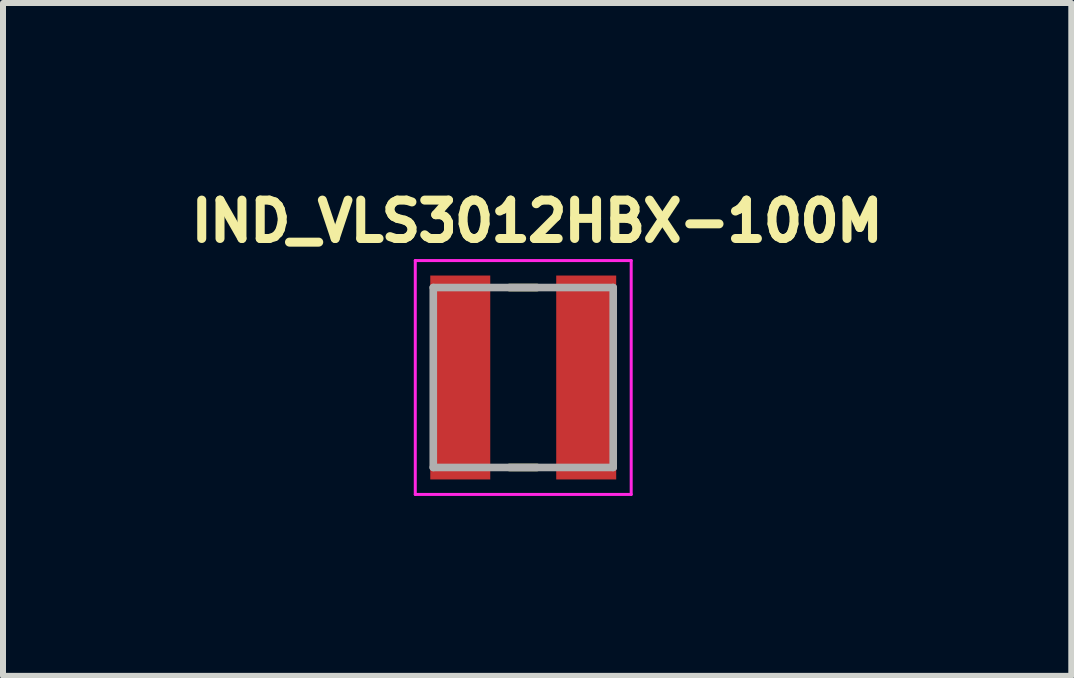
<source format=kicad_pcb>
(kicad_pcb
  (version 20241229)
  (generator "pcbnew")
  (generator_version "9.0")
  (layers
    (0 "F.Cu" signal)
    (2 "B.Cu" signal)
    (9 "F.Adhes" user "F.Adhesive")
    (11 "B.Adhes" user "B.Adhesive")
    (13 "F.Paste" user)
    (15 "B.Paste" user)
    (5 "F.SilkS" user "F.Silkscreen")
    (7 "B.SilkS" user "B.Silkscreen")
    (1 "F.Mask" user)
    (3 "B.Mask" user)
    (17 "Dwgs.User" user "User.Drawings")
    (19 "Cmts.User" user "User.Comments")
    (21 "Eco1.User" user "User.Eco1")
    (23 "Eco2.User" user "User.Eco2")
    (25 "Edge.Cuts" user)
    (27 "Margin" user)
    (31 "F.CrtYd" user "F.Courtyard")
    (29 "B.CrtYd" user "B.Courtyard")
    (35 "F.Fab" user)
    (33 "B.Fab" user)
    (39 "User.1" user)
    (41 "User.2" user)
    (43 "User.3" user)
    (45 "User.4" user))
  (footprint "IND_VLS3012HBX-100M"
    (layer "F.Cu")
    (at 5.674 3.244)
    (property "Reference" "IND_VLS3012HBX-100M" (at 0.232 -2.606 0) (layer "F.SilkS") (effects (font (size 0.64 0.64) (thickness 0.15))))
    (attr smd)
    (fp_line (start -0.23 -1.5) (end 0.23 -1.5) (stroke (width 0.127) (type solid)) (layer "F.SilkS"))
    (fp_line (start -0.23 1.5) (end 0.23 1.5) (stroke (width 0.127) (type solid)) (layer "F.SilkS"))
    (fp_line (start -1.8 -1.95) (end -1.8 1.95) (stroke (width 0.05) (type solid)) (layer "F.CrtYd"))
    (fp_line (start -1.8 1.95) (end 1.8 1.95) (stroke (width 0.05) (type solid)) (layer "F.CrtYd"))
    (fp_line (start 1.8 -1.95) (end -1.8 -1.95) (stroke (width 0.05) (type solid)) (layer "F.CrtYd"))
    (fp_line (start 1.8 1.95) (end 1.8 -1.95) (stroke (width 0.05) (type solid)) (layer "F.CrtYd"))
    (fp_line (start -1.5 -1.5) (end -1.5 1.5) (stroke (width 0.127) (type solid)) (layer "F.Fab"))
    (fp_line (start -1.5 -1.5) (end 1.5 -1.5) (stroke (width 0.127) (type solid)) (layer "F.Fab"))
    (fp_line (start -1.5 1.5) (end 1.5 1.5) (stroke (width 0.127) (type solid)) (layer "F.Fab"))
    (fp_line (start 1.5 -1.5) (end 1.5 1.5) (stroke (width 0.127) (type solid)) (layer "F.Fab"))
    (pad "1" smd rect (at -1.05 0) (size 1 3.4) (layers "F.Cu" "F.Mask" "F.Paste"))
    (pad "2" smd rect (at 1.05 0) (size 1 3.4) (layers "F.Cu" "F.Mask" "F.Paste")))
  (gr_rect
    (start -3 -3)
    (end 14.812 8.219)
    (stroke (width 0.1) (type default))
    (fill no)
    (layer "Edge.Cuts")))
</source>
